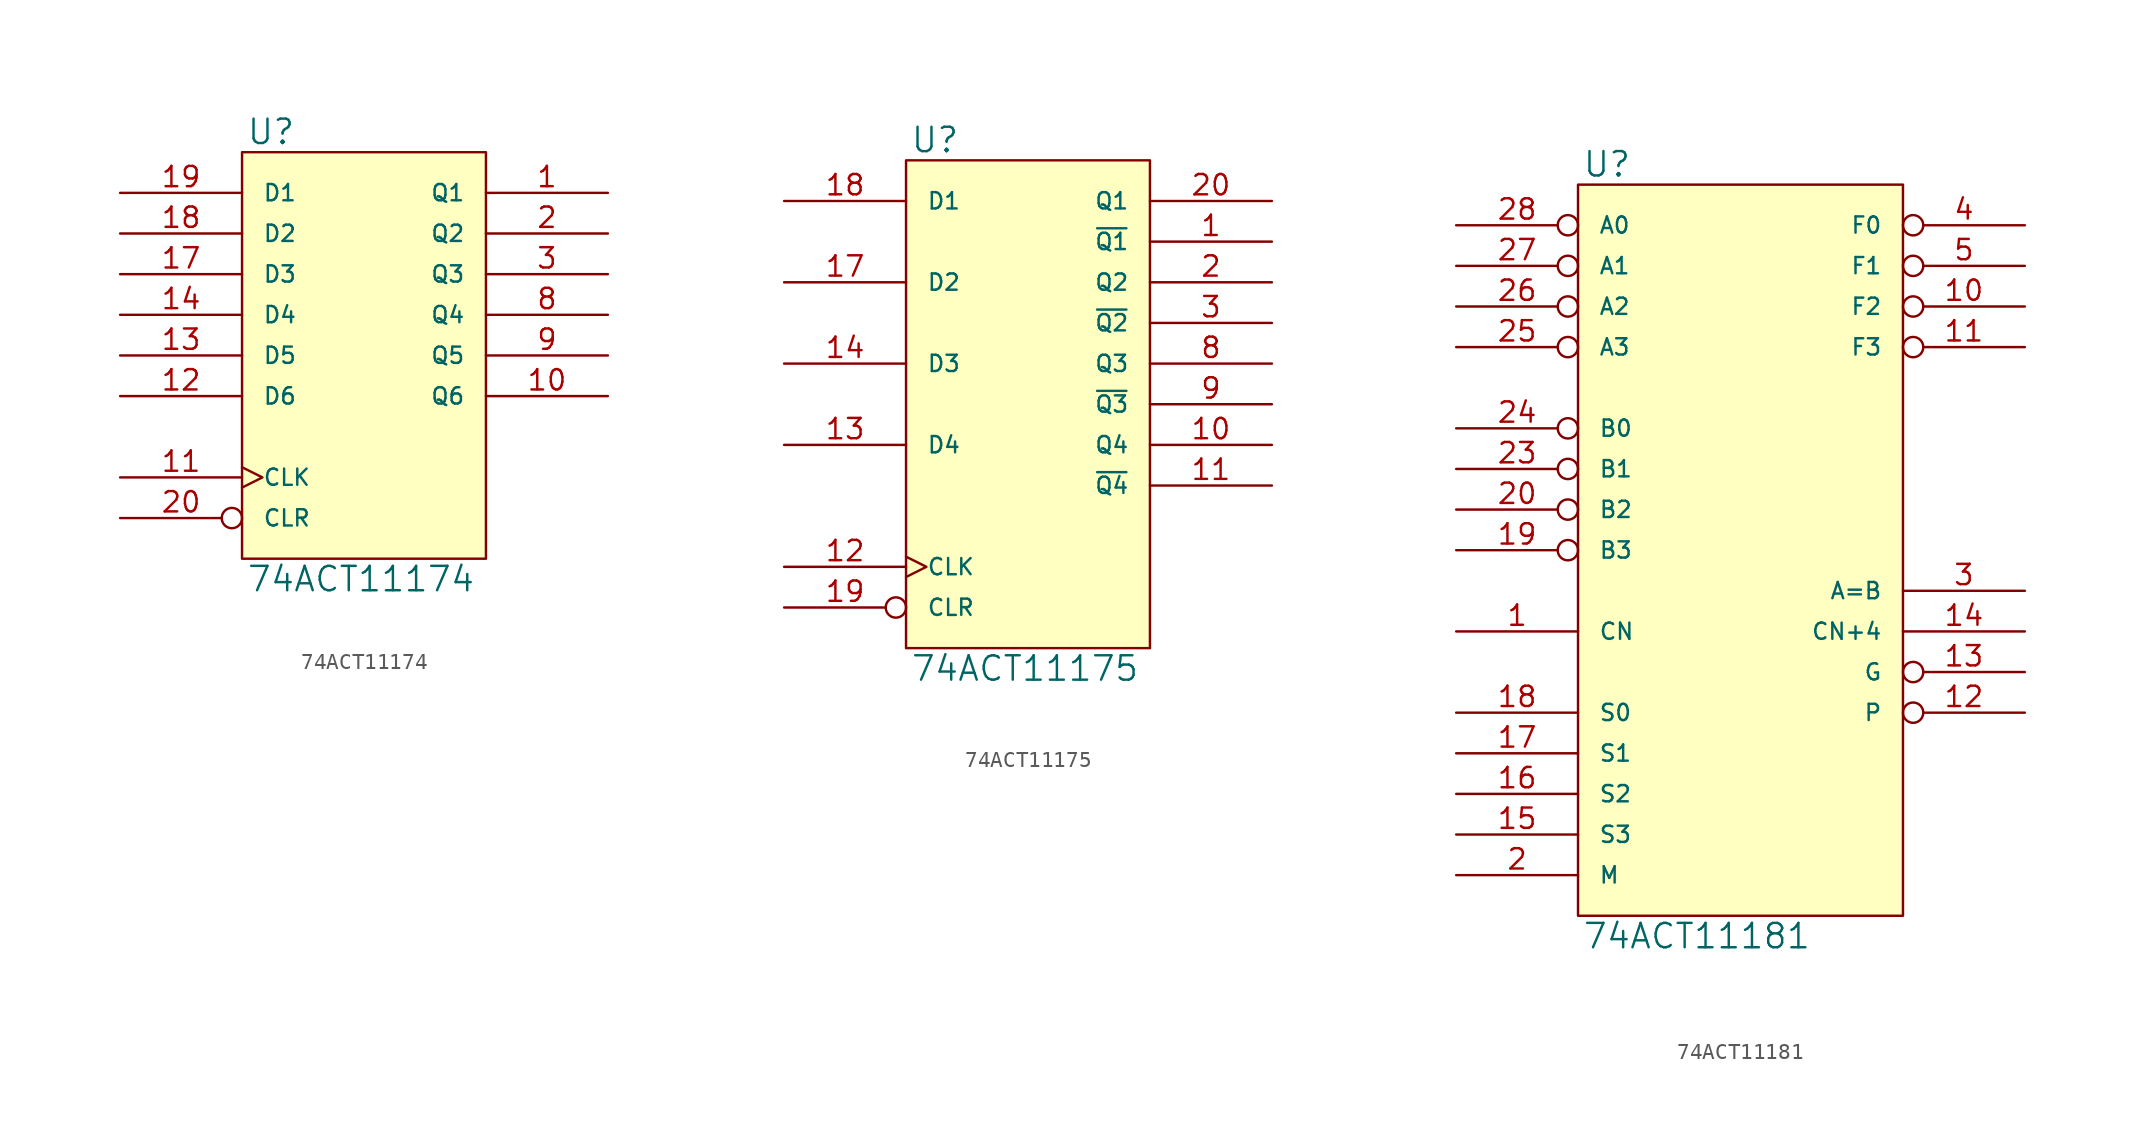
<source format=kicad_sym>
(kicad_symbol_lib
  (version 20231120)
  (generator "kicad_symbol_editor")
  (generator_version "8.0")
  (symbol "74ACT11174"
    (pin_names
      (offset 1.27))
    (property "Reference" "U"
      (at 0.254 0.381 0)
      (effects (font (size 1.524 1.524)) (justify left bottom)))
    (property "Value" "74ACT11174"
      (at 0.254 -25.781 0)
      (effects (font (size 1.524 1.524)) (justify left top)))
    (symbol "74ACT11174_0_1"
      (rectangle (start 0 0) (end 15.24 -25.4) (stroke (width 0) (type solid)) (fill (type background))))
    (symbol "74ACT11174_1_1"
      (pin output line (at 22.86 -2.54 180) (length 7.62) (name "Q1" (effects (font (size 1.016 1.016)))) (number "1" (effects (font (size 1.27 1.27)))))
      (pin output line (at 22.86 -15.24 180) (length 7.62) (name "Q6" (effects (font (size 1.016 1.016)))) (number "10" (effects (font (size 1.27 1.27)))))
      (pin input clock (at -7.62 -20.32 0) (length 7.62) (name "CLK" (effects (font (size 1.016 1.016)))) (number "11" (effects (font (size 1.27 1.27)))))
      (pin input line (at -7.62 -15.24 0) (length 7.62) (name "D6" (effects (font (size 1.016 1.016)))) (number "12" (effects (font (size 1.27 1.27)))))
      (pin input line (at -7.62 -12.7 0) (length 7.62) (name "D5" (effects (font (size 1.016 1.016)))) (number "13" (effects (font (size 1.27 1.27)))))
      (pin input line (at -7.62 -10.16 0) (length 7.62) (name "D4" (effects (font (size 1.016 1.016)))) (number "14" (effects (font (size 1.27 1.27)))))
      (pin power_in line (at 2.54 0 270) (length 0) hide (name "VCC" (effects (font (size 1.016 1.016)))) (number "15" (effects (font (size 1.27 1.27)))))
      (pin power_in line (at 0 0 270) (length 0) hide (name "VCC" (effects (font (size 1.016 1.016)))) (number "16" (effects (font (size 1.27 1.27)))))
      (pin input line (at -7.62 -7.62 0) (length 7.62) (name "D3" (effects (font (size 1.016 1.016)))) (number "17" (effects (font (size 1.27 1.27)))))
      (pin input line (at -7.62 -5.08 0) (length 7.62) (name "D2" (effects (font (size 1.016 1.016)))) (number "18" (effects (font (size 1.27 1.27)))))
      (pin input line (at -7.62 -2.54 0) (length 7.62) (name "D1" (effects (font (size 1.016 1.016)))) (number "19" (effects (font (size 1.27 1.27)))))
      (pin output line (at 22.86 -5.08 180) (length 7.62) (name "Q2" (effects (font (size 1.016 1.016)))) (number "2" (effects (font (size 1.27 1.27)))))
      (pin input inverted (at -7.62 -22.86 0) (length 7.62) (name "CLR" (effects (font (size 1.016 1.016)))) (number "20" (effects (font (size 1.27 1.27)))))
      (pin output line (at 22.86 -7.62 180) (length 7.62) (name "Q3" (effects (font (size 1.016 1.016)))) (number "3" (effects (font (size 1.27 1.27)))))
      (pin power_in line (at 0 -25.4 90) (length 0) hide (name "GND" (effects (font (size 1.016 1.016)))) (number "4" (effects (font (size 1.27 1.27)))))
      (pin power_in line (at 2.54 -25.4 90) (length 0) hide (name "GND" (effects (font (size 1.016 1.016)))) (number "5" (effects (font (size 1.27 1.27)))))
      (pin power_in line (at 5.08 -25.4 90) (length 0) hide (name "GND" (effects (font (size 1.016 1.016)))) (number "6" (effects (font (size 1.27 1.27)))))
      (pin power_in line (at 7.62 -25.4 90) (length 0) hide (name "GND" (effects (font (size 1.016 1.016)))) (number "7" (effects (font (size 1.27 1.27)))))
      (pin output line (at 22.86 -10.16 180) (length 7.62) (name "Q4" (effects (font (size 1.016 1.016)))) (number "8" (effects (font (size 1.27 1.27)))))
      (pin output line (at 22.86 -12.7 180) (length 7.62) (name "Q5" (effects (font (size 1.016 1.016)))) (number "9" (effects (font (size 1.27 1.27)))))))
  (symbol "74ACT11175"
    (pin_names
      (offset 1.27))
    (property "Reference" "U"
      (at 0.254 0.381 0)
      (effects (font (size 1.524 1.524)) (justify left bottom)))
    (property "Value" "74ACT11175"
      (at 0.254 -30.861 0)
      (effects (font (size 1.524 1.524)) (justify left top)))
    (symbol "74ACT11175_0_1"
      (rectangle (start 0 0) (end 15.24 -30.48) (stroke (width 0) (type solid)) (fill (type background))))
    (symbol "74ACT11175_1_1"
      (pin output line (at 22.86 -5.08 180) (length 7.62) (name "~{Q1}" (effects (font (size 1.016 1.016)))) (number "1" (effects (font (size 1.27 1.27)))))
      (pin output line (at 22.86 -17.78 180) (length 7.62) (name "Q4" (effects (font (size 1.016 1.016)))) (number "10" (effects (font (size 1.27 1.27)))))
      (pin output line (at 22.86 -20.32 180) (length 7.62) (name "~{Q4}" (effects (font (size 1.016 1.016)))) (number "11" (effects (font (size 1.27 1.27)))))
      (pin input clock (at -7.62 -25.4 0) (length 7.62) (name "CLK" (effects (font (size 1.016 1.016)))) (number "12" (effects (font (size 1.27 1.27)))))
      (pin input line (at -7.62 -17.78 0) (length 7.62) (name "D4" (effects (font (size 1.016 1.016)))) (number "13" (effects (font (size 1.27 1.27)))))
      (pin input line (at -7.62 -12.7 0) (length 7.62) (name "D3" (effects (font (size 1.016 1.016)))) (number "14" (effects (font (size 1.27 1.27)))))
      (pin power_in line (at 2.54 0 270) (length 0) hide (name "VCC" (effects (font (size 1.016 1.016)))) (number "15" (effects (font (size 1.27 1.27)))))
      (pin power_in line (at 0 0 270) (length 0) hide (name "VCC" (effects (font (size 1.016 1.016)))) (number "16" (effects (font (size 1.27 1.27)))))
      (pin input line (at -7.62 -7.62 0) (length 7.62) (name "D2" (effects (font (size 1.016 1.016)))) (number "17" (effects (font (size 1.27 1.27)))))
      (pin input line (at -7.62 -2.54 0) (length 7.62) (name "D1" (effects (font (size 1.016 1.016)))) (number "18" (effects (font (size 1.27 1.27)))))
      (pin input inverted (at -7.62 -27.94 0) (length 7.62) (name "CLR" (effects (font (size 1.016 1.016)))) (number "19" (effects (font (size 1.27 1.27)))))
      (pin output line (at 22.86 -7.62 180) (length 7.62) (name "Q2" (effects (font (size 1.016 1.016)))) (number "2" (effects (font (size 1.27 1.27)))))
      (pin output line (at 22.86 -2.54 180) (length 7.62) (name "Q1" (effects (font (size 1.016 1.016)))) (number "20" (effects (font (size 1.27 1.27)))))
      (pin output line (at 22.86 -10.16 180) (length 7.62) (name "~{Q2}" (effects (font (size 1.016 1.016)))) (number "3" (effects (font (size 1.27 1.27)))))
      (pin power_in line (at 0 -30.48 90) (length 0) hide (name "GND" (effects (font (size 1.016 1.016)))) (number "4" (effects (font (size 1.27 1.27)))))
      (pin power_in line (at 2.54 -30.48 90) (length 0) hide (name "GND" (effects (font (size 1.016 1.016)))) (number "5" (effects (font (size 1.27 1.27)))))
      (pin power_in line (at 5.08 -30.48 90) (length 0) hide (name "GND" (effects (font (size 1.016 1.016)))) (number "6" (effects (font (size 1.27 1.27)))))
      (pin power_in line (at 7.62 -30.48 90) (length 0) hide (name "GND" (effects (font (size 1.016 1.016)))) (number "7" (effects (font (size 1.27 1.27)))))
      (pin output line (at 22.86 -12.7 180) (length 7.62) (name "Q3" (effects (font (size 1.016 1.016)))) (number "8" (effects (font (size 1.27 1.27)))))
      (pin output line (at 22.86 -15.24 180) (length 7.62) (name "~{Q3}" (effects (font (size 1.016 1.016)))) (number "9" (effects (font (size 1.27 1.27)))))))
  (symbol "74ACT11181"
    (pin_names
      (offset 1.27))
    (property "Reference" "U"
      (at 0.254 0.381 0)
      (effects (font (size 1.524 1.524)) (justify left bottom)))
    (property "Value" "74ACT11181"
      (at 0.254 -46.101 0)
      (effects (font (size 1.524 1.524)) (justify left top)))
    (symbol "74ACT11181_0_1"
      (rectangle (start 0 0) (end 20.32 -45.72) (stroke (width 0) (type solid)) (fill (type background))))
    (symbol "74ACT11181_1_1"
      (pin input line (at -7.62 -27.94 0) (length 7.62) (name "CN" (effects (font (size 1.016 1.016)))) (number "1" (effects (font (size 1.27 1.27)))))
      (pin output inverted (at 27.94 -7.62 180) (length 7.62) (name "F2" (effects (font (size 1.016 1.016)))) (number "10" (effects (font (size 1.27 1.27)))))
      (pin output inverted (at 27.94 -10.16 180) (length 7.62) (name "F3" (effects (font (size 1.016 1.016)))) (number "11" (effects (font (size 1.27 1.27)))))
      (pin output inverted (at 27.94 -33.02 180) (length 7.62) (name "P" (effects (font (size 1.016 1.016)))) (number "12" (effects (font (size 1.27 1.27)))))
      (pin output inverted (at 27.94 -30.48 180) (length 7.62) (name "G" (effects (font (size 1.016 1.016)))) (number "13" (effects (font (size 1.27 1.27)))))
      (pin output line (at 27.94 -27.94 180) (length 7.62) (name "CN+4" (effects (font (size 1.016 1.016)))) (number "14" (effects (font (size 1.27 1.27)))))
      (pin input line (at -7.62 -40.64 0) (length 7.62) (name "S3" (effects (font (size 1.016 1.016)))) (number "15" (effects (font (size 1.27 1.27)))))
      (pin input line (at -7.62 -38.1 0) (length 7.62) (name "S2" (effects (font (size 1.016 1.016)))) (number "16" (effects (font (size 1.27 1.27)))))
      (pin input line (at -7.62 -35.56 0) (length 7.62) (name "S1" (effects (font (size 1.016 1.016)))) (number "17" (effects (font (size 1.27 1.27)))))
      (pin input line (at -7.62 -33.02 0) (length 7.62) (name "S0" (effects (font (size 1.016 1.016)))) (number "18" (effects (font (size 1.27 1.27)))))
      (pin input inverted (at -7.62 -22.86 0) (length 7.62) (name "B3" (effects (font (size 1.016 1.016)))) (number "19" (effects (font (size 1.27 1.27)))))
      (pin input line (at -7.62 -43.18 0) (length 7.62) (name "M" (effects (font (size 1.016 1.016)))) (number "2" (effects (font (size 1.27 1.27)))))
      (pin input inverted (at -7.62 -20.32 0) (length 7.62) (name "B2" (effects (font (size 1.016 1.016)))) (number "20" (effects (font (size 1.27 1.27)))))
      (pin power_in line (at 2.54 0 270) (length 0) hide (name "VCC" (effects (font (size 1.016 1.016)))) (number "21" (effects (font (size 1.27 1.27)))))
      (pin input inverted (at -7.62 -17.78 0) (length 7.62) (name "B1" (effects (font (size 1.016 1.016)))) (number "23" (effects (font (size 1.27 1.27)))))
      (pin input inverted (at -7.62 -15.24 0) (length 7.62) (name "B0" (effects (font (size 1.016 1.016)))) (number "24" (effects (font (size 1.27 1.27)))))
      (pin power_in line (at 0 0 270) (length 0) hide (name "VCC" (effects (font (size 1.016 1.016)))) (number "24" (effects (font (size 1.27 1.27)))))
      (pin input inverted (at -7.62 -10.16 0) (length 7.62) (name "A3" (effects (font (size 1.016 1.016)))) (number "25" (effects (font (size 1.27 1.27)))))
      (pin input inverted (at -7.62 -7.62 0) (length 7.62) (name "A2" (effects (font (size 1.016 1.016)))) (number "26" (effects (font (size 1.27 1.27)))))
      (pin input inverted (at -7.62 -5.08 0) (length 7.62) (name "A1" (effects (font (size 1.016 1.016)))) (number "27" (effects (font (size 1.27 1.27)))))
      (pin input inverted (at -7.62 -2.54 0) (length 7.62) (name "A0" (effects (font (size 1.016 1.016)))) (number "28" (effects (font (size 1.27 1.27)))))
      (pin output line (at 27.94 -25.4 180) (length 7.62) (name "A=B" (effects (font (size 1.016 1.016)))) (number "3" (effects (font (size 1.27 1.27)))))
      (pin output inverted (at 27.94 -2.54 180) (length 7.62) (name "F0" (effects (font (size 1.016 1.016)))) (number "4" (effects (font (size 1.27 1.27)))))
      (pin output inverted (at 27.94 -5.08 180) (length 7.62) (name "F1" (effects (font (size 1.016 1.016)))) (number "5" (effects (font (size 1.27 1.27)))))
      (pin power_in line (at 0 -45.72 90) (length 0) hide (name "GND" (effects (font (size 1.016 1.016)))) (number "6" (effects (font (size 1.27 1.27)))))
      (pin power_in line (at 2.54 -45.72 90) (length 0) hide (name "GND" (effects (font (size 1.016 1.016)))) (number "7" (effects (font (size 1.27 1.27)))))
      (pin power_in line (at 5.08 -45.72 90) (length 0) hide (name "GND" (effects (font (size 1.016 1.016)))) (number "8" (effects (font (size 1.27 1.27)))))
      (pin power_in line (at 7.62 -45.72 90) (length 0) hide (name "GND" (effects (font (size 1.016 1.016)))) (number "9" (effects (font (size 1.27 1.27))))))))
</source>
